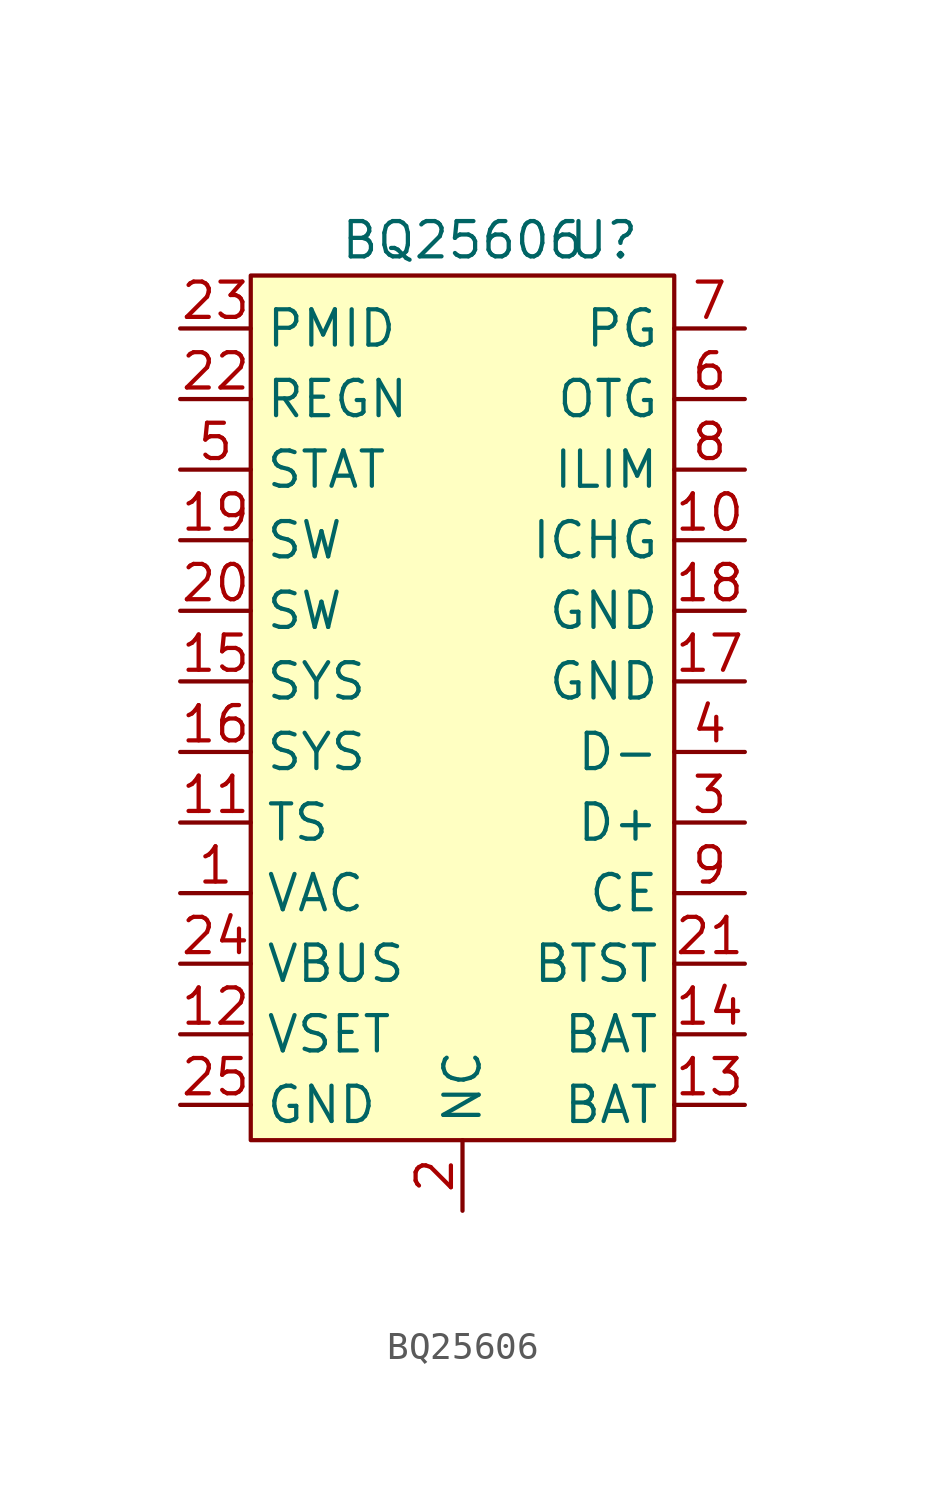
<source format=kicad_sym>
(kicad_symbol_lib
  (version 20220914)
  (generator kicad_symbol_editor)
  (symbol "BQ25606"
    (property "Reference" "U"
      (at 5.08 1.27 0)
      (effects (font (size 1.27 1.27))))
    (property "Value" "BQ25606"
      (at 0 1.27 0)
      (effects (font (size 1.27 1.27))))
    (property "Footprint" ""
      (at 0 1.27 0)
      (effects (font (size 1.27 1.27))))
    (property "Datasheet" ""
      (at 0 1.27 0)
      (effects (font (size 1.27 1.27))))
    (symbol "BQ25606_0_1"
      (rectangle (start -7.62 0) (end 7.62 -31.115) (stroke (width 0) (type default)) (fill (type background))))
    (symbol "BQ25606_1_1"
      (pin input line (at -10.16 -22.225 0) (length 2.54) (name "VAC" (effects (font (size 1.27 1.27)))) (number "1" (effects (font (size 1.27 1.27)))))
      (pin input line (at 10.16 -9.525 180) (length 2.54) (name "ICHG" (effects (font (size 1.27 1.27)))) (number "10" (effects (font (size 1.27 1.27)))))
      (pin input line (at -10.16 -19.685 0) (length 2.54) (name "TS" (effects (font (size 1.27 1.27)))) (number "11" (effects (font (size 1.27 1.27)))))
      (pin input line (at -10.16 -27.305 0) (length 2.54) (name "VSET" (effects (font (size 1.27 1.27)))) (number "12" (effects (font (size 1.27 1.27)))))
      (pin passive line (at 10.16 -29.845 180) (length 2.54) (name "BAT" (effects (font (size 1.27 1.27)))) (number "13" (effects (font (size 1.27 1.27)))))
      (pin passive line (at 10.16 -27.305 180) (length 2.54) (name "BAT" (effects (font (size 1.27 1.27)))) (number "14" (effects (font (size 1.27 1.27)))))
      (pin passive line (at -10.16 -14.605 0) (length 2.54) (name "SYS" (effects (font (size 1.27 1.27)))) (number "15" (effects (font (size 1.27 1.27)))))
      (pin passive line (at -10.16 -17.145 0) (length 2.54) (name "SYS" (effects (font (size 1.27 1.27)))) (number "16" (effects (font (size 1.27 1.27)))))
      (pin passive line (at 10.16 -14.605 180) (length 2.54) (name "GND" (effects (font (size 1.27 1.27)))) (number "17" (effects (font (size 1.27 1.27)))))
      (pin passive line (at 10.16 -12.065 180) (length 2.54) (name "GND" (effects (font (size 1.27 1.27)))) (number "18" (effects (font (size 1.27 1.27)))))
      (pin passive line (at -10.16 -9.525 0) (length 2.54) (name "SW" (effects (font (size 1.27 1.27)))) (number "19" (effects (font (size 1.27 1.27)))))
      (pin passive line (at 0 -33.655 90) (length 2.54) (name "NC" (effects (font (size 1.27 1.27)))) (number "2" (effects (font (size 1.27 1.27)))))
      (pin passive line (at -10.16 -12.065 0) (length 2.54) (name "SW" (effects (font (size 1.27 1.27)))) (number "20" (effects (font (size 1.27 1.27)))))
      (pin passive line (at 10.16 -24.765 180) (length 2.54) (name "BTST" (effects (font (size 1.27 1.27)))) (number "21" (effects (font (size 1.27 1.27)))))
      (pin passive line (at -10.16 -4.445 0) (length 2.54) (name "REGN" (effects (font (size 1.27 1.27)))) (number "22" (effects (font (size 1.27 1.27)))))
      (pin passive line (at -10.16 -1.905 0) (length 2.54) (name "PMID" (effects (font (size 1.27 1.27)))) (number "23" (effects (font (size 1.27 1.27)))))
      (pin passive line (at -10.16 -24.765 0) (length 2.54) (name "VBUS" (effects (font (size 1.27 1.27)))) (number "24" (effects (font (size 1.27 1.27)))))
      (pin passive line (at -10.16 -29.845 0) (length 2.54) (name "GND" (effects (font (size 1.27 1.27)))) (number "25" (effects (font (size 1.27 1.27)))))
      (pin bidirectional line (at 10.16 -19.685 180) (length 2.54) (name "D+" (effects (font (size 1.27 1.27)))) (number "3" (effects (font (size 1.27 1.27)))))
      (pin bidirectional line (at 10.16 -17.145 180) (length 2.54) (name "D-" (effects (font (size 1.27 1.27)))) (number "4" (effects (font (size 1.27 1.27)))))
      (pin output line (at -10.16 -6.985 0) (length 2.54) (name "STAT" (effects (font (size 1.27 1.27)))) (number "5" (effects (font (size 1.27 1.27)))))
      (pin input line (at 10.16 -4.445 180) (length 2.54) (name "OTG" (effects (font (size 1.27 1.27)))) (number "6" (effects (font (size 1.27 1.27)))))
      (pin output line (at 10.16 -1.905 180) (length 2.54) (name "PG" (effects (font (size 1.27 1.27)))) (number "7" (effects (font (size 1.27 1.27)))))
      (pin input line (at 10.16 -6.985 180) (length 2.54) (name "ILIM" (effects (font (size 1.27 1.27)))) (number "8" (effects (font (size 1.27 1.27)))))
      (pin input line (at 10.16 -22.225 180) (length 2.54) (name "CE" (effects (font (size 1.27 1.27)))) (number "9" (effects (font (size 1.27 1.27))))))))
</source>
